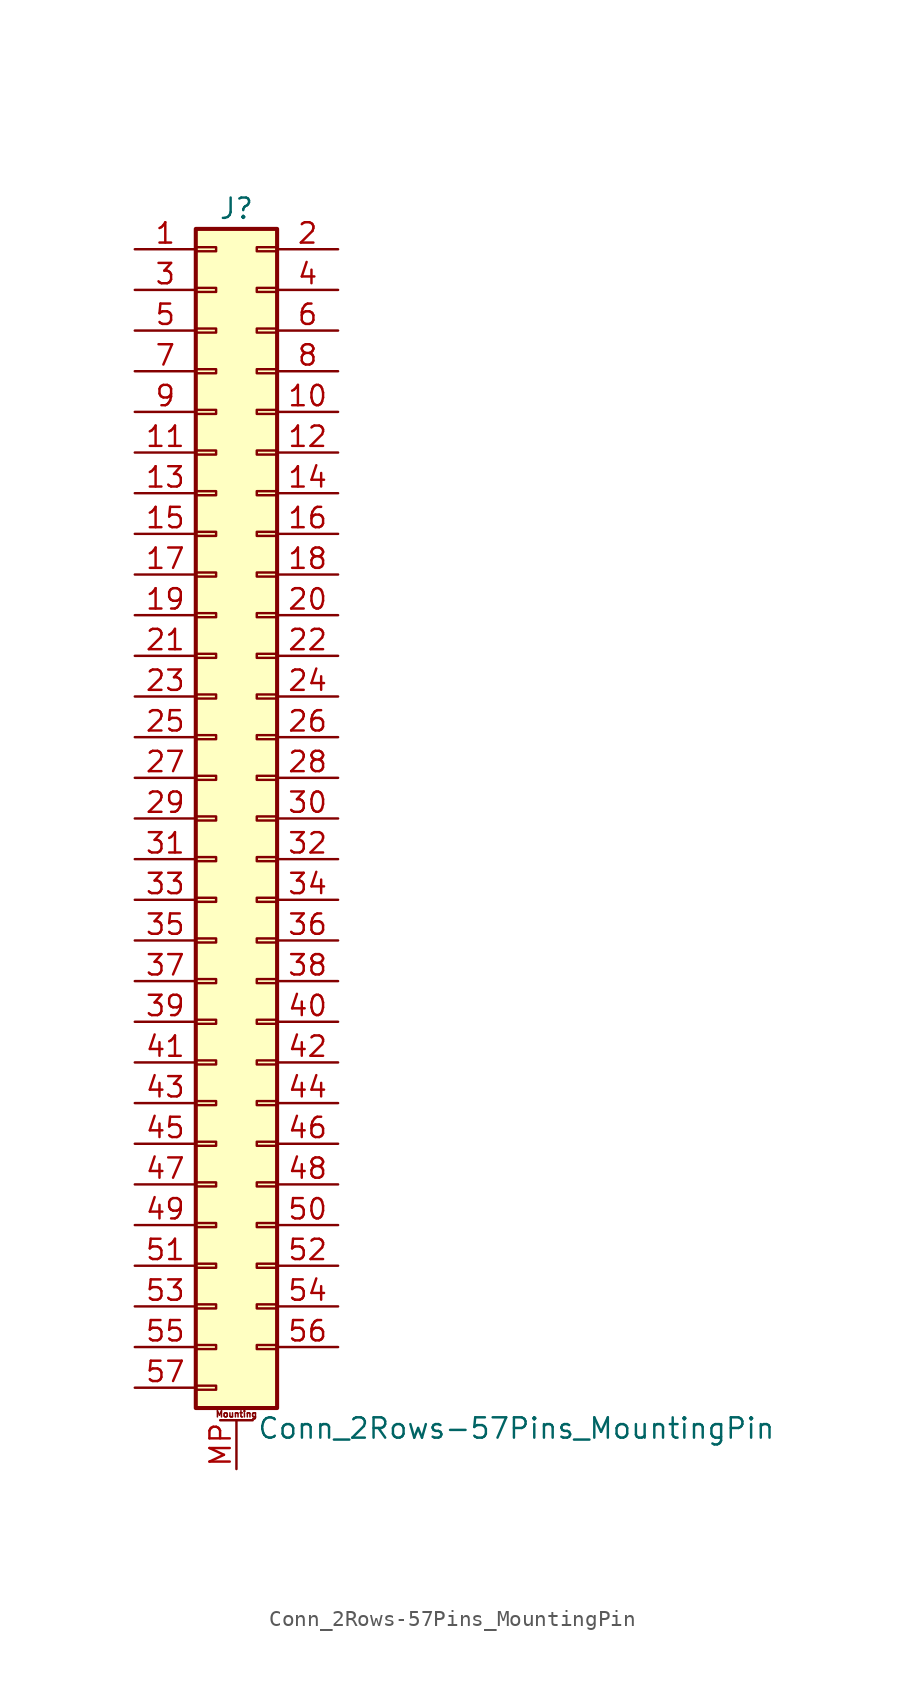
<source format=kicad_sym>
(kicad_symbol_lib
  (version 20220914)
  (generator kicad_symbol_editor)
  (symbol "Conn_2Rows-57Pins_MountingPin"
    (pin_names
      (offset 1.016) hide)
    (property "Reference" "J"
      (at 1.27 38.1 0)
      (effects (font (size 1.27 1.27))))
    (property "Value" "Conn_2Rows-57Pins_MountingPin"
      (at 2.54 -38.1 0)
      (effects (font (size 1.27 1.27)) (justify left)))
    (symbol "Conn_2Rows-57Pins_MountingPin_1_1"
      (rectangle (start -1.27 -35.433) (end 0 -35.687) (stroke (width 0.152) (type default)) (fill (type none)))
      (rectangle (start -1.27 -32.893) (end 0 -33.147) (stroke (width 0.152) (type default)) (fill (type none)))
      (rectangle (start -1.27 -30.353) (end 0 -30.607) (stroke (width 0.152) (type default)) (fill (type none)))
      (rectangle (start -1.27 -27.813) (end 0 -28.067) (stroke (width 0.152) (type default)) (fill (type none)))
      (rectangle (start -1.27 -25.273) (end 0 -25.527) (stroke (width 0.152) (type default)) (fill (type none)))
      (rectangle (start -1.27 -22.733) (end 0 -22.987) (stroke (width 0.152) (type default)) (fill (type none)))
      (rectangle (start -1.27 -20.193) (end 0 -20.447) (stroke (width 0.152) (type default)) (fill (type none)))
      (rectangle (start -1.27 -17.653) (end 0 -17.907) (stroke (width 0.152) (type default)) (fill (type none)))
      (rectangle (start -1.27 -15.113) (end 0 -15.367) (stroke (width 0.152) (type default)) (fill (type none)))
      (rectangle (start -1.27 -12.573) (end 0 -12.827) (stroke (width 0.152) (type default)) (fill (type none)))
      (rectangle (start -1.27 -10.033) (end 0 -10.287) (stroke (width 0.152) (type default)) (fill (type none)))
      (rectangle (start -1.27 -7.493) (end 0 -7.747) (stroke (width 0.152) (type default)) (fill (type none)))
      (rectangle (start -1.27 -4.953) (end 0 -5.207) (stroke (width 0.152) (type default)) (fill (type none)))
      (rectangle (start -1.27 -2.413) (end 0 -2.667) (stroke (width 0.152) (type default)) (fill (type none)))
      (rectangle (start -1.27 0.127) (end 0 -0.127) (stroke (width 0.152) (type default)) (fill (type none)))
      (rectangle (start -1.27 2.667) (end 0 2.413) (stroke (width 0.152) (type default)) (fill (type none)))
      (rectangle (start -1.27 5.207) (end 0 4.953) (stroke (width 0.152) (type default)) (fill (type none)))
      (rectangle (start -1.27 7.747) (end 0 7.493) (stroke (width 0.152) (type default)) (fill (type none)))
      (rectangle (start -1.27 10.287) (end 0 10.033) (stroke (width 0.152) (type default)) (fill (type none)))
      (rectangle (start -1.27 12.827) (end 0 12.573) (stroke (width 0.152) (type default)) (fill (type none)))
      (rectangle (start -1.27 15.367) (end 0 15.113) (stroke (width 0.152) (type default)) (fill (type none)))
      (rectangle (start -1.27 17.907) (end 0 17.653) (stroke (width 0.152) (type default)) (fill (type none)))
      (rectangle (start -1.27 20.447) (end 0 20.193) (stroke (width 0.152) (type default)) (fill (type none)))
      (rectangle (start -1.27 22.987) (end 0 22.733) (stroke (width 0.152) (type default)) (fill (type none)))
      (rectangle (start -1.27 25.527) (end 0 25.273) (stroke (width 0.152) (type default)) (fill (type none)))
      (rectangle (start -1.27 28.067) (end 0 27.813) (stroke (width 0.152) (type default)) (fill (type none)))
      (rectangle (start -1.27 30.607) (end 0 30.353) (stroke (width 0.152) (type default)) (fill (type none)))
      (rectangle (start -1.27 33.147) (end 0 32.893) (stroke (width 0.152) (type default)) (fill (type none)))
      (rectangle (start -1.27 35.687) (end 0 35.433) (stroke (width 0.152) (type default)) (fill (type none)))
      (rectangle (start -1.27 36.83) (end 3.81 -36.83) (stroke (width 0.254) (type default)) (fill (type background)))
      (polyline (pts (xy 0.254 -37.592) (xy 2.286 -37.592)) (stroke (width 0.152) (type default)) (fill (type none)))
      (rectangle (start 3.81 -32.893) (end 2.54 -33.147) (stroke (width 0.152) (type default)) (fill (type none)))
      (rectangle (start 3.81 -30.353) (end 2.54 -30.607) (stroke (width 0.152) (type default)) (fill (type none)))
      (rectangle (start 3.81 -27.813) (end 2.54 -28.067) (stroke (width 0.152) (type default)) (fill (type none)))
      (rectangle (start 3.81 -25.273) (end 2.54 -25.527) (stroke (width 0.152) (type default)) (fill (type none)))
      (rectangle (start 3.81 -22.733) (end 2.54 -22.987) (stroke (width 0.152) (type default)) (fill (type none)))
      (rectangle (start 3.81 -20.193) (end 2.54 -20.447) (stroke (width 0.152) (type default)) (fill (type none)))
      (rectangle (start 3.81 -17.653) (end 2.54 -17.907) (stroke (width 0.152) (type default)) (fill (type none)))
      (rectangle (start 3.81 -15.113) (end 2.54 -15.367) (stroke (width 0.152) (type default)) (fill (type none)))
      (rectangle (start 3.81 -12.573) (end 2.54 -12.827) (stroke (width 0.152) (type default)) (fill (type none)))
      (rectangle (start 3.81 -10.033) (end 2.54 -10.287) (stroke (width 0.152) (type default)) (fill (type none)))
      (rectangle (start 3.81 -7.493) (end 2.54 -7.747) (stroke (width 0.152) (type default)) (fill (type none)))
      (rectangle (start 3.81 -4.953) (end 2.54 -5.207) (stroke (width 0.152) (type default)) (fill (type none)))
      (rectangle (start 3.81 -2.413) (end 2.54 -2.667) (stroke (width 0.152) (type default)) (fill (type none)))
      (rectangle (start 3.81 0.127) (end 2.54 -0.127) (stroke (width 0.152) (type default)) (fill (type none)))
      (rectangle (start 3.81 2.667) (end 2.54 2.413) (stroke (width 0.152) (type default)) (fill (type none)))
      (rectangle (start 3.81 5.207) (end 2.54 4.953) (stroke (width 0.152) (type default)) (fill (type none)))
      (rectangle (start 3.81 7.747) (end 2.54 7.493) (stroke (width 0.152) (type default)) (fill (type none)))
      (rectangle (start 3.81 10.287) (end 2.54 10.033) (stroke (width 0.152) (type default)) (fill (type none)))
      (rectangle (start 3.81 12.827) (end 2.54 12.573) (stroke (width 0.152) (type default)) (fill (type none)))
      (rectangle (start 3.81 15.367) (end 2.54 15.113) (stroke (width 0.152) (type default)) (fill (type none)))
      (rectangle (start 3.81 17.907) (end 2.54 17.653) (stroke (width 0.152) (type default)) (fill (type none)))
      (rectangle (start 3.81 20.447) (end 2.54 20.193) (stroke (width 0.152) (type default)) (fill (type none)))
      (rectangle (start 3.81 22.987) (end 2.54 22.733) (stroke (width 0.152) (type default)) (fill (type none)))
      (rectangle (start 3.81 25.527) (end 2.54 25.273) (stroke (width 0.152) (type default)) (fill (type none)))
      (rectangle (start 3.81 28.067) (end 2.54 27.813) (stroke (width 0.152) (type default)) (fill (type none)))
      (rectangle (start 3.81 30.607) (end 2.54 30.353) (stroke (width 0.152) (type default)) (fill (type none)))
      (rectangle (start 3.81 33.147) (end 2.54 32.893) (stroke (width 0.152) (type default)) (fill (type none)))
      (rectangle (start 3.81 35.687) (end 2.54 35.433) (stroke (width 0.152) (type default)) (fill (type none)))
      (text "Mounting" (at 1.27 -37.211 0) (effects (font (size 0.381 0.381))))
      (pin passive line (at -5.08 35.56 0) (length 3.81) (name "Pin_1" (effects (font (size 1.27 1.27)))) (number "1" (effects (font (size 1.27 1.27)))))
      (pin passive line (at 7.62 25.4 180) (length 3.81) (name "Pin_10" (effects (font (size 1.27 1.27)))) (number "10" (effects (font (size 1.27 1.27)))))
      (pin passive line (at -5.08 22.86 0) (length 3.81) (name "Pin_11" (effects (font (size 1.27 1.27)))) (number "11" (effects (font (size 1.27 1.27)))))
      (pin passive line (at 7.62 22.86 180) (length 3.81) (name "Pin_12" (effects (font (size 1.27 1.27)))) (number "12" (effects (font (size 1.27 1.27)))))
      (pin passive line (at -5.08 20.32 0) (length 3.81) (name "Pin_13" (effects (font (size 1.27 1.27)))) (number "13" (effects (font (size 1.27 1.27)))))
      (pin passive line (at 7.62 20.32 180) (length 3.81) (name "Pin_14" (effects (font (size 1.27 1.27)))) (number "14" (effects (font (size 1.27 1.27)))))
      (pin passive line (at -5.08 17.78 0) (length 3.81) (name "Pin_15" (effects (font (size 1.27 1.27)))) (number "15" (effects (font (size 1.27 1.27)))))
      (pin passive line (at 7.62 17.78 180) (length 3.81) (name "Pin_16" (effects (font (size 1.27 1.27)))) (number "16" (effects (font (size 1.27 1.27)))))
      (pin passive line (at -5.08 15.24 0) (length 3.81) (name "Pin_17" (effects (font (size 1.27 1.27)))) (number "17" (effects (font (size 1.27 1.27)))))
      (pin passive line (at 7.62 15.24 180) (length 3.81) (name "Pin_18" (effects (font (size 1.27 1.27)))) (number "18" (effects (font (size 1.27 1.27)))))
      (pin passive line (at -5.08 12.7 0) (length 3.81) (name "Pin_19" (effects (font (size 1.27 1.27)))) (number "19" (effects (font (size 1.27 1.27)))))
      (pin passive line (at 7.62 35.56 180) (length 3.81) (name "Pin_2" (effects (font (size 1.27 1.27)))) (number "2" (effects (font (size 1.27 1.27)))))
      (pin passive line (at 7.62 12.7 180) (length 3.81) (name "Pin_20" (effects (font (size 1.27 1.27)))) (number "20" (effects (font (size 1.27 1.27)))))
      (pin passive line (at -5.08 10.16 0) (length 3.81) (name "Pin_21" (effects (font (size 1.27 1.27)))) (number "21" (effects (font (size 1.27 1.27)))))
      (pin passive line (at 7.62 10.16 180) (length 3.81) (name "Pin_22" (effects (font (size 1.27 1.27)))) (number "22" (effects (font (size 1.27 1.27)))))
      (pin passive line (at -5.08 7.62 0) (length 3.81) (name "Pin_23" (effects (font (size 1.27 1.27)))) (number "23" (effects (font (size 1.27 1.27)))))
      (pin passive line (at 7.62 7.62 180) (length 3.81) (name "Pin_24" (effects (font (size 1.27 1.27)))) (number "24" (effects (font (size 1.27 1.27)))))
      (pin passive line (at -5.08 5.08 0) (length 3.81) (name "Pin_25" (effects (font (size 1.27 1.27)))) (number "25" (effects (font (size 1.27 1.27)))))
      (pin passive line (at 7.62 5.08 180) (length 3.81) (name "Pin_26" (effects (font (size 1.27 1.27)))) (number "26" (effects (font (size 1.27 1.27)))))
      (pin passive line (at -5.08 2.54 0) (length 3.81) (name "Pin_27" (effects (font (size 1.27 1.27)))) (number "27" (effects (font (size 1.27 1.27)))))
      (pin passive line (at 7.62 2.54 180) (length 3.81) (name "Pin_28" (effects (font (size 1.27 1.27)))) (number "28" (effects (font (size 1.27 1.27)))))
      (pin passive line (at -5.08 0 0) (length 3.81) (name "Pin_29" (effects (font (size 1.27 1.27)))) (number "29" (effects (font (size 1.27 1.27)))))
      (pin passive line (at -5.08 33.02 0) (length 3.81) (name "Pin_3" (effects (font (size 1.27 1.27)))) (number "3" (effects (font (size 1.27 1.27)))))
      (pin passive line (at 7.62 0 180) (length 3.81) (name "Pin_30" (effects (font (size 1.27 1.27)))) (number "30" (effects (font (size 1.27 1.27)))))
      (pin passive line (at -5.08 -2.54 0) (length 3.81) (name "Pin_31" (effects (font (size 1.27 1.27)))) (number "31" (effects (font (size 1.27 1.27)))))
      (pin passive line (at 7.62 -2.54 180) (length 3.81) (name "Pin_32" (effects (font (size 1.27 1.27)))) (number "32" (effects (font (size 1.27 1.27)))))
      (pin passive line (at -5.08 -5.08 0) (length 3.81) (name "Pin_33" (effects (font (size 1.27 1.27)))) (number "33" (effects (font (size 1.27 1.27)))))
      (pin passive line (at 7.62 -5.08 180) (length 3.81) (name "Pin_34" (effects (font (size 1.27 1.27)))) (number "34" (effects (font (size 1.27 1.27)))))
      (pin passive line (at -5.08 -7.62 0) (length 3.81) (name "Pin_35" (effects (font (size 1.27 1.27)))) (number "35" (effects (font (size 1.27 1.27)))))
      (pin passive line (at 7.62 -7.62 180) (length 3.81) (name "Pin_36" (effects (font (size 1.27 1.27)))) (number "36" (effects (font (size 1.27 1.27)))))
      (pin passive line (at -5.08 -10.16 0) (length 3.81) (name "Pin_37" (effects (font (size 1.27 1.27)))) (number "37" (effects (font (size 1.27 1.27)))))
      (pin passive line (at 7.62 -10.16 180) (length 3.81) (name "Pin_38" (effects (font (size 1.27 1.27)))) (number "38" (effects (font (size 1.27 1.27)))))
      (pin passive line (at -5.08 -12.7 0) (length 3.81) (name "Pin_39" (effects (font (size 1.27 1.27)))) (number "39" (effects (font (size 1.27 1.27)))))
      (pin passive line (at 7.62 33.02 180) (length 3.81) (name "Pin_4" (effects (font (size 1.27 1.27)))) (number "4" (effects (font (size 1.27 1.27)))))
      (pin passive line (at 7.62 -12.7 180) (length 3.81) (name "Pin_40" (effects (font (size 1.27 1.27)))) (number "40" (effects (font (size 1.27 1.27)))))
      (pin passive line (at -5.08 -15.24 0) (length 3.81) (name "Pin_41" (effects (font (size 1.27 1.27)))) (number "41" (effects (font (size 1.27 1.27)))))
      (pin passive line (at 7.62 -15.24 180) (length 3.81) (name "Pin_42" (effects (font (size 1.27 1.27)))) (number "42" (effects (font (size 1.27 1.27)))))
      (pin passive line (at -5.08 -17.78 0) (length 3.81) (name "Pin_43" (effects (font (size 1.27 1.27)))) (number "43" (effects (font (size 1.27 1.27)))))
      (pin passive line (at 7.62 -17.78 180) (length 3.81) (name "Pin_44" (effects (font (size 1.27 1.27)))) (number "44" (effects (font (size 1.27 1.27)))))
      (pin passive line (at -5.08 -20.32 0) (length 3.81) (name "Pin_45" (effects (font (size 1.27 1.27)))) (number "45" (effects (font (size 1.27 1.27)))))
      (pin passive line (at 7.62 -20.32 180) (length 3.81) (name "Pin_46" (effects (font (size 1.27 1.27)))) (number "46" (effects (font (size 1.27 1.27)))))
      (pin passive line (at -5.08 -22.86 0) (length 3.81) (name "Pin_47" (effects (font (size 1.27 1.27)))) (number "47" (effects (font (size 1.27 1.27)))))
      (pin passive line (at 7.62 -22.86 180) (length 3.81) (name "Pin_48" (effects (font (size 1.27 1.27)))) (number "48" (effects (font (size 1.27 1.27)))))
      (pin passive line (at -5.08 -25.4 0) (length 3.81) (name "Pin_49" (effects (font (size 1.27 1.27)))) (number "49" (effects (font (size 1.27 1.27)))))
      (pin passive line (at -5.08 30.48 0) (length 3.81) (name "Pin_5" (effects (font (size 1.27 1.27)))) (number "5" (effects (font (size 1.27 1.27)))))
      (pin passive line (at 7.62 -25.4 180) (length 3.81) (name "Pin_50" (effects (font (size 1.27 1.27)))) (number "50" (effects (font (size 1.27 1.27)))))
      (pin passive line (at -5.08 -27.94 0) (length 3.81) (name "Pin_51" (effects (font (size 1.27 1.27)))) (number "51" (effects (font (size 1.27 1.27)))))
      (pin passive line (at 7.62 -27.94 180) (length 3.81) (name "Pin_52" (effects (font (size 1.27 1.27)))) (number "52" (effects (font (size 1.27 1.27)))))
      (pin passive line (at -5.08 -30.48 0) (length 3.81) (name "Pin_53" (effects (font (size 1.27 1.27)))) (number "53" (effects (font (size 1.27 1.27)))))
      (pin passive line (at 7.62 -30.48 180) (length 3.81) (name "Pin_54" (effects (font (size 1.27 1.27)))) (number "54" (effects (font (size 1.27 1.27)))))
      (pin passive line (at -5.08 -33.02 0) (length 3.81) (name "Pin_55" (effects (font (size 1.27 1.27)))) (number "55" (effects (font (size 1.27 1.27)))))
      (pin passive line (at 7.62 -33.02 180) (length 3.81) (name "Pin_56" (effects (font (size 1.27 1.27)))) (number "56" (effects (font (size 1.27 1.27)))))
      (pin passive line (at -5.08 -35.56 0) (length 3.81) (name "Pin_57" (effects (font (size 1.27 1.27)))) (number "57" (effects (font (size 1.27 1.27)))))
      (pin passive line (at 7.62 30.48 180) (length 3.81) (name "Pin_6" (effects (font (size 1.27 1.27)))) (number "6" (effects (font (size 1.27 1.27)))))
      (pin passive line (at -5.08 27.94 0) (length 3.81) (name "Pin_7" (effects (font (size 1.27 1.27)))) (number "7" (effects (font (size 1.27 1.27)))))
      (pin passive line (at 7.62 27.94 180) (length 3.81) (name "Pin_8" (effects (font (size 1.27 1.27)))) (number "8" (effects (font (size 1.27 1.27)))))
      (pin passive line (at -5.08 25.4 0) (length 3.81) (name "Pin_9" (effects (font (size 1.27 1.27)))) (number "9" (effects (font (size 1.27 1.27)))))
      (pin passive line (at 1.27 -40.64 90) (length 3.048) (name "MountPin" (effects (font (size 1.27 1.27)))) (number "MP" (effects (font (size 1.27 1.27))))))))
</source>
